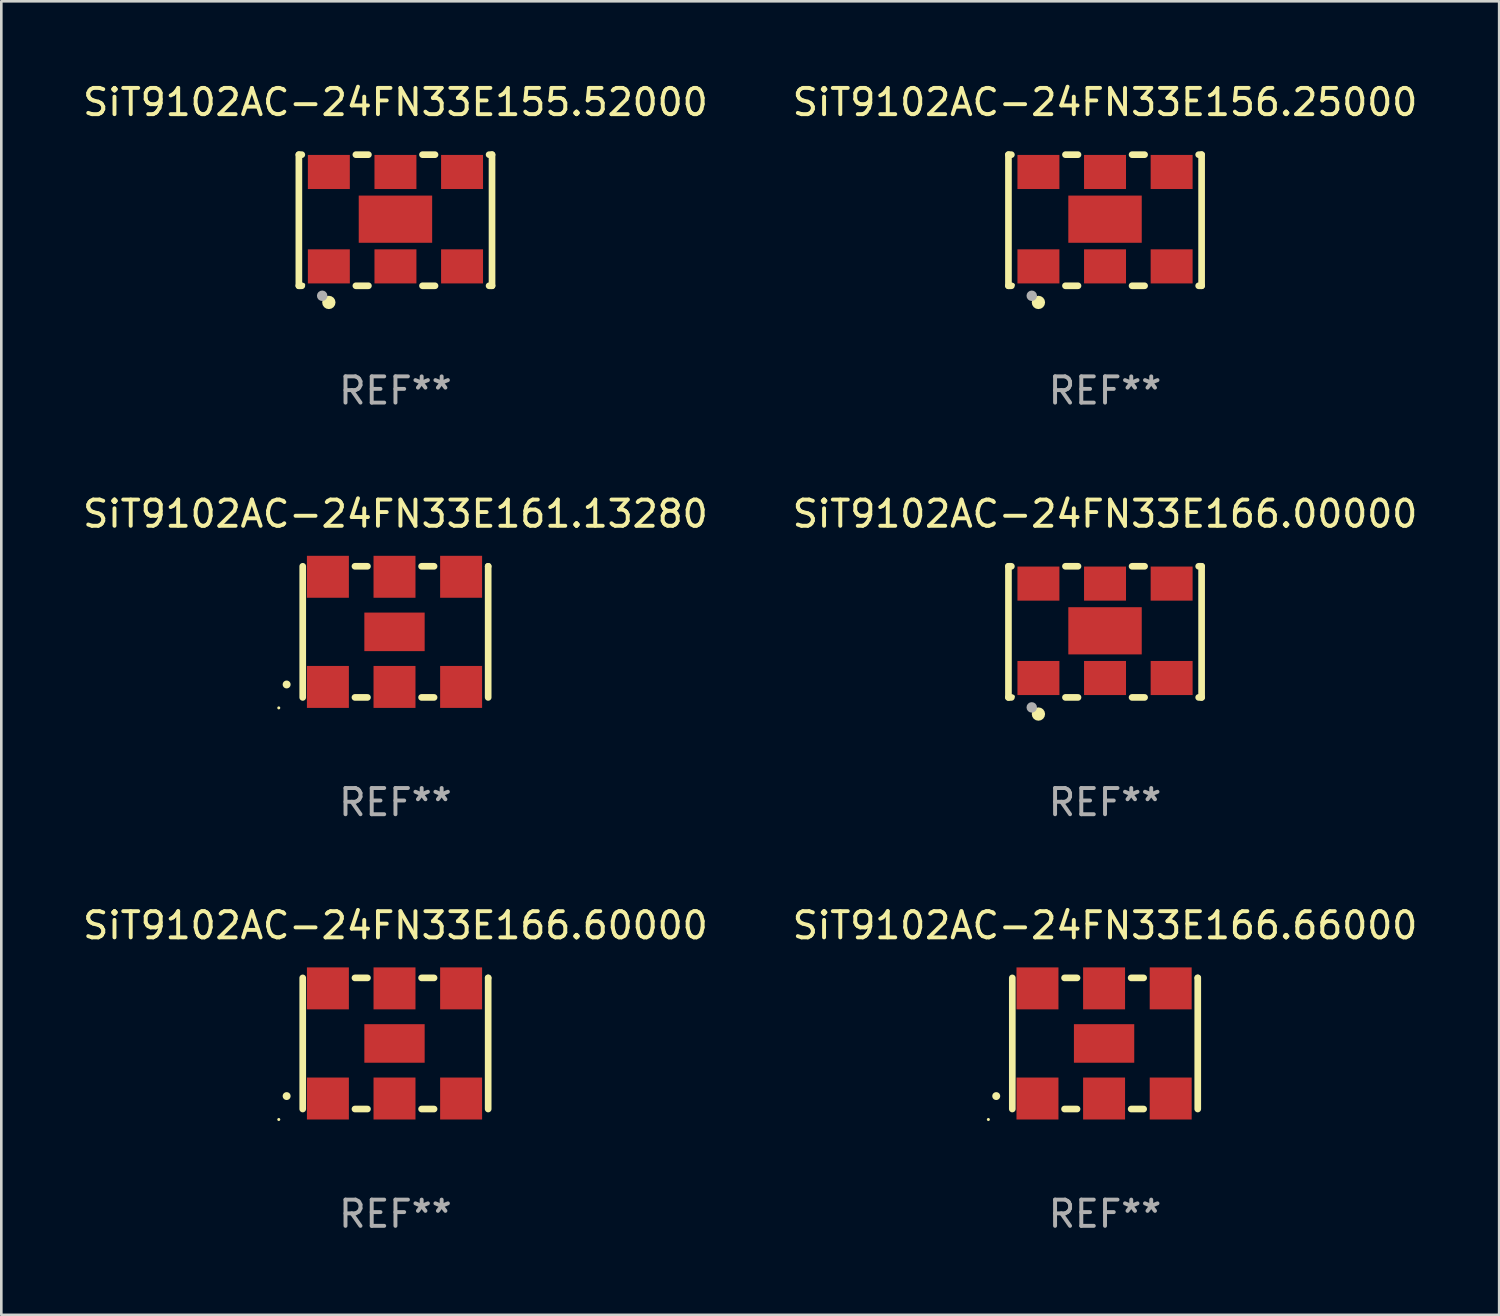
<source format=kicad_pcb>
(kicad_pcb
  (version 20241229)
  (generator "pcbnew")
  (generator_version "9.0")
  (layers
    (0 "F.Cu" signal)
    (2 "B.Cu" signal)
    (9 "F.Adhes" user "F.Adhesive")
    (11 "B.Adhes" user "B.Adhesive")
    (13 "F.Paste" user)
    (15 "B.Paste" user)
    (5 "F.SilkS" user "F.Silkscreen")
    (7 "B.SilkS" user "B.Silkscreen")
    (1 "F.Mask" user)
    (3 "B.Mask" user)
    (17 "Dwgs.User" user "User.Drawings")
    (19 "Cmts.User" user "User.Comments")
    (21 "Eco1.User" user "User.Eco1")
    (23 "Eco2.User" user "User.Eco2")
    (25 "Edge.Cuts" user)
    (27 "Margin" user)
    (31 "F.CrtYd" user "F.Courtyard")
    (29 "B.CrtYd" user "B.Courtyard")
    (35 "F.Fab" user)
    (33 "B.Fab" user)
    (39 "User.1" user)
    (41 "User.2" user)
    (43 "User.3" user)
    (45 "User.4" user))
  (footprint "SiT9102AC-24FN33E166.60000"
    (layer "F.Cu")
    (at 12.03 36.741)
    (property "Reference" "SiT9102AC-24FN33E166.60000" (at 0 -4.5 0) (layer "F.SilkS") (effects (font (size 1 1) (thickness 0.15))))
    (attr through_hole)
    (fp_line (start -3.536 -2.5) (end -3.536 2.5) (stroke (width 0.254) (type solid)) (layer "F.SilkS"))
    (fp_line (start -1.544 2.5) (end -1.067 2.5) (stroke (width 0.254) (type solid)) (layer "F.SilkS"))
    (fp_line (start -1.067 -2.5) (end -1.544 -2.5) (stroke (width 0.254) (type solid)) (layer "F.SilkS"))
    (fp_line (start 0.996 2.5) (end 1.473 2.5) (stroke (width 0.254) (type solid)) (layer "F.SilkS"))
    (fp_line (start 1.473 -2.5) (end 0.996 -2.5) (stroke (width 0.254) (type solid)) (layer "F.SilkS"))
    (fp_line (start 3.536 -2.5) (end 3.536 -2.5) (stroke (width 0.254) (type solid)) (layer "F.SilkS"))
    (fp_line (start 3.536 2.5) (end 3.536 -2.5) (stroke (width 0.254) (type solid)) (layer "F.SilkS"))
    (fp_arc (start -4.150432 2.006604) (mid -4.149162 2.006599) (end -4.147892 2.006604) (stroke (width 0.3) (type solid)) (layer "F.SilkS"))
    (fp_circle (center -4.449 2.9) (end -4.419 2.9) (stroke (width 0.06) (type solid)) (fill no) (layer "F.SilkS"))
    (fp_text user "REF**" (at 0 6.5 0) (layer "F.Fab") (effects (font (size 1 1) (thickness 0.15))))
    (pad "1" smd rect (at -2.576 2.1) (size 1.6 1.6) (layers "F.Cu" "F.Mask" "F.Paste"))
    (pad "2" smd rect (at -0.036 2.1) (size 1.6 1.6) (layers "F.Cu" "F.Mask" "F.Paste"))
    (pad "3" smd rect (at 2.504 2.1) (size 1.6 1.6) (layers "F.Cu" "F.Mask" "F.Paste"))
    (pad "4" smd rect (at 2.504 -2.1) (size 1.6 1.6) (layers "F.Cu" "F.Mask" "F.Paste"))
    (pad "5" smd rect (at -0.036 -2.1) (size 1.6 1.6) (layers "F.Cu" "F.Mask" "F.Paste"))
    (pad "6" smd rect (at -2.576 -2.1) (size 1.6 1.6) (layers "F.Cu" "F.Mask" "F.Paste"))
    (pad "7" smd rect (at -0.036 0) (size 2.3 1.47) (layers "F.Cu" "F.Mask" "F.Paste")))
  (footprint "SiT9102AC-24FN33E166.66000"
    (layer "F.Cu")
    (at 39.089 36.741)
    (property "Reference" "SiT9102AC-24FN33E166.66000" (at 0 -4.5 0) (layer "F.SilkS") (effects (font (size 1 1) (thickness 0.15))))
    (attr through_hole)
    (fp_line (start -3.536 -2.5) (end -3.536 2.5) (stroke (width 0.254) (type solid)) (layer "F.SilkS"))
    (fp_line (start -1.544 2.5) (end -1.067 2.5) (stroke (width 0.254) (type solid)) (layer "F.SilkS"))
    (fp_line (start -1.067 -2.5) (end -1.544 -2.5) (stroke (width 0.254) (type solid)) (layer "F.SilkS"))
    (fp_line (start 0.996 2.5) (end 1.473 2.5) (stroke (width 0.254) (type solid)) (layer "F.SilkS"))
    (fp_line (start 1.473 -2.5) (end 0.996 -2.5) (stroke (width 0.254) (type solid)) (layer "F.SilkS"))
    (fp_line (start 3.536 -2.5) (end 3.536 -2.5) (stroke (width 0.254) (type solid)) (layer "F.SilkS"))
    (fp_line (start 3.536 2.5) (end 3.536 -2.5) (stroke (width 0.254) (type solid)) (layer "F.SilkS"))
    (fp_arc (start -4.150432 2.006604) (mid -4.149162 2.006599) (end -4.147892 2.006604) (stroke (width 0.3) (type solid)) (layer "F.SilkS"))
    (fp_circle (center -4.449 2.9) (end -4.419 2.9) (stroke (width 0.06) (type solid)) (fill no) (layer "F.SilkS"))
    (fp_text user "REF**" (at 0 6.5 0) (layer "F.Fab") (effects (font (size 1 1) (thickness 0.15))))
    (pad "1" smd rect (at -2.576 2.1) (size 1.6 1.6) (layers "F.Cu" "F.Mask" "F.Paste"))
    (pad "2" smd rect (at -0.036 2.1) (size 1.6 1.6) (layers "F.Cu" "F.Mask" "F.Paste"))
    (pad "3" smd rect (at 2.504 2.1) (size 1.6 1.6) (layers "F.Cu" "F.Mask" "F.Paste"))
    (pad "4" smd rect (at 2.504 -2.1) (size 1.6 1.6) (layers "F.Cu" "F.Mask" "F.Paste"))
    (pad "5" smd rect (at -0.036 -2.1) (size 1.6 1.6) (layers "F.Cu" "F.Mask" "F.Paste"))
    (pad "6" smd rect (at -2.576 -2.1) (size 1.6 1.6) (layers "F.Cu" "F.Mask" "F.Paste"))
    (pad "7" smd rect (at -0.036 0) (size 2.3 1.47) (layers "F.Cu" "F.Mask" "F.Paste")))
  (footprint "SiT9102AC-24FN33E166.00000"
    (layer "F.Cu")
    (at 39.089 21.045)
    (property "Reference" "SiT9102AC-24FN33E166.00000" (at 0 -4.5 0) (layer "F.SilkS") (effects (font (size 1 1) (thickness 0.15))))
    (attr through_hole)
    (fp_line (start -3.683 -2.5) (end -3.571 -2.5) (stroke (width 0.254) (type solid)) (layer "F.SilkS"))
    (fp_line (start -3.683 2.5) (end -3.683 -2.5) (stroke (width 0.254) (type solid)) (layer "F.SilkS"))
    (fp_line (start -3.683 2.5) (end -3.571 2.5) (stroke (width 0.254) (type solid)) (layer "F.SilkS"))
    (fp_line (start -1.509 -2.5) (end -1.031 -2.5) (stroke (width 0.254) (type solid)) (layer "F.SilkS"))
    (fp_line (start -1.509 2.5) (end -1.031 2.5) (stroke (width 0.254) (type solid)) (layer "F.SilkS"))
    (fp_line (start 1.031 -2.5) (end 1.509 -2.5) (stroke (width 0.254) (type solid)) (layer "F.SilkS"))
    (fp_line (start 1.031 2.5) (end 1.509 2.5) (stroke (width 0.254) (type solid)) (layer "F.SilkS"))
    (fp_line (start 3.571 -2.5) (end 3.683 -2.5) (stroke (width 0.254) (type solid)) (layer "F.SilkS"))
    (fp_line (start 3.571 2.5) (end 3.683 2.5) (stroke (width 0.254) (type solid)) (layer "F.SilkS"))
    (fp_line (start 3.683 2.5) (end 3.683 -2.5) (stroke (width 0.254) (type solid)) (layer "F.SilkS"))
    (fp_circle (center -3.5 2.46) (end -3.47 2.46) (stroke (width 0.06) (type solid)) (fill no) (layer "F.SilkS"))
    (fp_circle (center -2.54 3.135) (end -2.413 3.135) (stroke (width 0.254) (type solid)) (fill no) (layer "F.SilkS"))
    (fp_circle (center -2.794 2.881) (end -2.694 2.881) (stroke (width 0.2) (type solid)) (fill no) (layer "F.Fab"))
    (fp_text user "REF**" (at 0 6.5 0) (layer "F.Fab") (effects (font (size 1 1) (thickness 0.15))))
    (pad "1" smd rect (at -2.54 1.76) (size 1.6 1.3) (layers "F.Cu" "F.Mask" "F.Paste"))
    (pad "2" smd rect (at 0 1.76) (size 1.6 1.3) (layers "F.Cu" "F.Mask" "F.Paste"))
    (pad "3" smd rect (at 2.54 1.76) (size 1.6 1.3) (layers "F.Cu" "F.Mask" "F.Paste"))
    (pad "4" smd rect (at 2.54 -1.84) (size 1.6 1.3) (layers "F.Cu" "F.Mask" "F.Paste"))
    (pad "5" smd rect (at 0 -1.84) (size 1.6 1.3) (layers "F.Cu" "F.Mask" "F.Paste"))
    (pad "6" smd rect (at -2.54 -1.84) (size 1.6 1.3) (layers "F.Cu" "F.Mask" "F.Paste"))
    (pad "7" smd rect (at 0 -0.04) (size 2.8 1.8) (layers "F.Cu" "F.Mask" "F.Paste")))
  (footprint "SiT9102AC-24FN33E156.25000"
    (layer "F.Cu")
    (at 39.089 5.348)
    (property "Reference" "SiT9102AC-24FN33E156.25000" (at 0 -4.5 0) (layer "F.SilkS") (effects (font (size 1 1) (thickness 0.15))))
    (attr through_hole)
    (fp_line (start -3.683 -2.5) (end -3.571 -2.5) (stroke (width 0.254) (type solid)) (layer "F.SilkS"))
    (fp_line (start -3.683 2.5) (end -3.683 -2.5) (stroke (width 0.254) (type solid)) (layer "F.SilkS"))
    (fp_line (start -3.683 2.5) (end -3.571 2.5) (stroke (width 0.254) (type solid)) (layer "F.SilkS"))
    (fp_line (start -1.509 -2.5) (end -1.031 -2.5) (stroke (width 0.254) (type solid)) (layer "F.SilkS"))
    (fp_line (start -1.509 2.5) (end -1.031 2.5) (stroke (width 0.254) (type solid)) (layer "F.SilkS"))
    (fp_line (start 1.031 -2.5) (end 1.509 -2.5) (stroke (width 0.254) (type solid)) (layer "F.SilkS"))
    (fp_line (start 1.031 2.5) (end 1.509 2.5) (stroke (width 0.254) (type solid)) (layer "F.SilkS"))
    (fp_line (start 3.571 -2.5) (end 3.683 -2.5) (stroke (width 0.254) (type solid)) (layer "F.SilkS"))
    (fp_line (start 3.571 2.5) (end 3.683 2.5) (stroke (width 0.254) (type solid)) (layer "F.SilkS"))
    (fp_line (start 3.683 2.5) (end 3.683 -2.5) (stroke (width 0.254) (type solid)) (layer "F.SilkS"))
    (fp_circle (center -3.5 2.46) (end -3.47 2.46) (stroke (width 0.06) (type solid)) (fill no) (layer "F.SilkS"))
    (fp_circle (center -2.54 3.135) (end -2.413 3.135) (stroke (width 0.254) (type solid)) (fill no) (layer "F.SilkS"))
    (fp_circle (center -2.794 2.881) (end -2.694 2.881) (stroke (width 0.2) (type solid)) (fill no) (layer "F.Fab"))
    (fp_text user "REF**" (at 0 6.5 0) (layer "F.Fab") (effects (font (size 1 1) (thickness 0.15))))
    (pad "1" smd rect (at -2.54 1.76) (size 1.6 1.3) (layers "F.Cu" "F.Mask" "F.Paste"))
    (pad "2" smd rect (at 0 1.76) (size 1.6 1.3) (layers "F.Cu" "F.Mask" "F.Paste"))
    (pad "3" smd rect (at 2.54 1.76) (size 1.6 1.3) (layers "F.Cu" "F.Mask" "F.Paste"))
    (pad "4" smd rect (at 2.54 -1.84) (size 1.6 1.3) (layers "F.Cu" "F.Mask" "F.Paste"))
    (pad "5" smd rect (at 0 -1.84) (size 1.6 1.3) (layers "F.Cu" "F.Mask" "F.Paste"))
    (pad "6" smd rect (at -2.54 -1.84) (size 1.6 1.3) (layers "F.Cu" "F.Mask" "F.Paste"))
    (pad "7" smd rect (at 0 -0.04) (size 2.8 1.8) (layers "F.Cu" "F.Mask" "F.Paste")))
  (footprint "SiT9102AC-24FN33E161.13280"
    (layer "F.Cu")
    (at 12.03 21.045)
    (property "Reference" "SiT9102AC-24FN33E161.13280" (at 0 -4.5 0) (layer "F.SilkS") (effects (font (size 1 1) (thickness 0.15))))
    (attr through_hole)
    (fp_line (start -3.536 -2.5) (end -3.536 2.5) (stroke (width 0.254) (type solid)) (layer "F.SilkS"))
    (fp_line (start -1.544 2.5) (end -1.067 2.5) (stroke (width 0.254) (type solid)) (layer "F.SilkS"))
    (fp_line (start -1.067 -2.5) (end -1.544 -2.5) (stroke (width 0.254) (type solid)) (layer "F.SilkS"))
    (fp_line (start 0.996 2.5) (end 1.473 2.5) (stroke (width 0.254) (type solid)) (layer "F.SilkS"))
    (fp_line (start 1.473 -2.5) (end 0.996 -2.5) (stroke (width 0.254) (type solid)) (layer "F.SilkS"))
    (fp_line (start 3.536 -2.5) (end 3.536 -2.5) (stroke (width 0.254) (type solid)) (layer "F.SilkS"))
    (fp_line (start 3.536 2.5) (end 3.536 -2.5) (stroke (width 0.254) (type solid)) (layer "F.SilkS"))
    (fp_arc (start -4.150432 2.006604) (mid -4.149162 2.006599) (end -4.147892 2.006604) (stroke (width 0.3) (type solid)) (layer "F.SilkS"))
    (fp_circle (center -4.449 2.9) (end -4.419 2.9) (stroke (width 0.06) (type solid)) (fill no) (layer "F.SilkS"))
    (fp_text user "REF**" (at 0 6.5 0) (layer "F.Fab") (effects (font (size 1 1) (thickness 0.15))))
    (pad "1" smd rect (at -2.576 2.1) (size 1.6 1.6) (layers "F.Cu" "F.Mask" "F.Paste"))
    (pad "2" smd rect (at -0.036 2.1) (size 1.6 1.6) (layers "F.Cu" "F.Mask" "F.Paste"))
    (pad "3" smd rect (at 2.504 2.1) (size 1.6 1.6) (layers "F.Cu" "F.Mask" "F.Paste"))
    (pad "4" smd rect (at 2.504 -2.1) (size 1.6 1.6) (layers "F.Cu" "F.Mask" "F.Paste"))
    (pad "5" smd rect (at -0.036 -2.1) (size 1.6 1.6) (layers "F.Cu" "F.Mask" "F.Paste"))
    (pad "6" smd rect (at -2.576 -2.1) (size 1.6 1.6) (layers "F.Cu" "F.Mask" "F.Paste"))
    (pad "7" smd rect (at -0.036 0) (size 2.3 1.47) (layers "F.Cu" "F.Mask" "F.Paste")))
  (footprint "SiT9102AC-24FN33E155.52000"
    (layer "F.Cu")
    (at 12.03 5.348)
    (property "Reference" "SiT9102AC-24FN33E155.52000" (at 0 -4.5 0) (layer "F.SilkS") (effects (font (size 1 1) (thickness 0.15))))
    (attr through_hole)
    (fp_line (start -3.683 -2.5) (end -3.571 -2.5) (stroke (width 0.254) (type solid)) (layer "F.SilkS"))
    (fp_line (start -3.683 2.5) (end -3.683 -2.5) (stroke (width 0.254) (type solid)) (layer "F.SilkS"))
    (fp_line (start -3.683 2.5) (end -3.571 2.5) (stroke (width 0.254) (type solid)) (layer "F.SilkS"))
    (fp_line (start -1.509 -2.5) (end -1.031 -2.5) (stroke (width 0.254) (type solid)) (layer "F.SilkS"))
    (fp_line (start -1.509 2.5) (end -1.031 2.5) (stroke (width 0.254) (type solid)) (layer "F.SilkS"))
    (fp_line (start 1.031 -2.5) (end 1.509 -2.5) (stroke (width 0.254) (type solid)) (layer "F.SilkS"))
    (fp_line (start 1.031 2.5) (end 1.509 2.5) (stroke (width 0.254) (type solid)) (layer "F.SilkS"))
    (fp_line (start 3.571 -2.5) (end 3.683 -2.5) (stroke (width 0.254) (type solid)) (layer "F.SilkS"))
    (fp_line (start 3.571 2.5) (end 3.683 2.5) (stroke (width 0.254) (type solid)) (layer "F.SilkS"))
    (fp_line (start 3.683 2.5) (end 3.683 -2.5) (stroke (width 0.254) (type solid)) (layer "F.SilkS"))
    (fp_circle (center -3.5 2.46) (end -3.47 2.46) (stroke (width 0.06) (type solid)) (fill no) (layer "F.SilkS"))
    (fp_circle (center -2.54 3.135) (end -2.413 3.135) (stroke (width 0.254) (type solid)) (fill no) (layer "F.SilkS"))
    (fp_circle (center -2.794 2.881) (end -2.694 2.881) (stroke (width 0.2) (type solid)) (fill no) (layer "F.Fab"))
    (fp_text user "REF**" (at 0 6.5 0) (layer "F.Fab") (effects (font (size 1 1) (thickness 0.15))))
    (pad "1" smd rect (at -2.54 1.76) (size 1.6 1.3) (layers "F.Cu" "F.Mask" "F.Paste"))
    (pad "2" smd rect (at 0 1.76) (size 1.6 1.3) (layers "F.Cu" "F.Mask" "F.Paste"))
    (pad "3" smd rect (at 2.54 1.76) (size 1.6 1.3) (layers "F.Cu" "F.Mask" "F.Paste"))
    (pad "4" smd rect (at 2.54 -1.84) (size 1.6 1.3) (layers "F.Cu" "F.Mask" "F.Paste"))
    (pad "5" smd rect (at 0 -1.84) (size 1.6 1.3) (layers "F.Cu" "F.Mask" "F.Paste"))
    (pad "6" smd rect (at -2.54 -1.84) (size 1.6 1.3) (layers "F.Cu" "F.Mask" "F.Paste"))
    (pad "7" smd rect (at 0 -0.04) (size 2.8 1.8) (layers "F.Cu" "F.Mask" "F.Paste")))
  (gr_rect
    (start -3 -3)
    (end 54.119 47.09)
    (stroke (width 0.1) (type default))
    (fill no)
    (layer "Edge.Cuts")))
</source>
